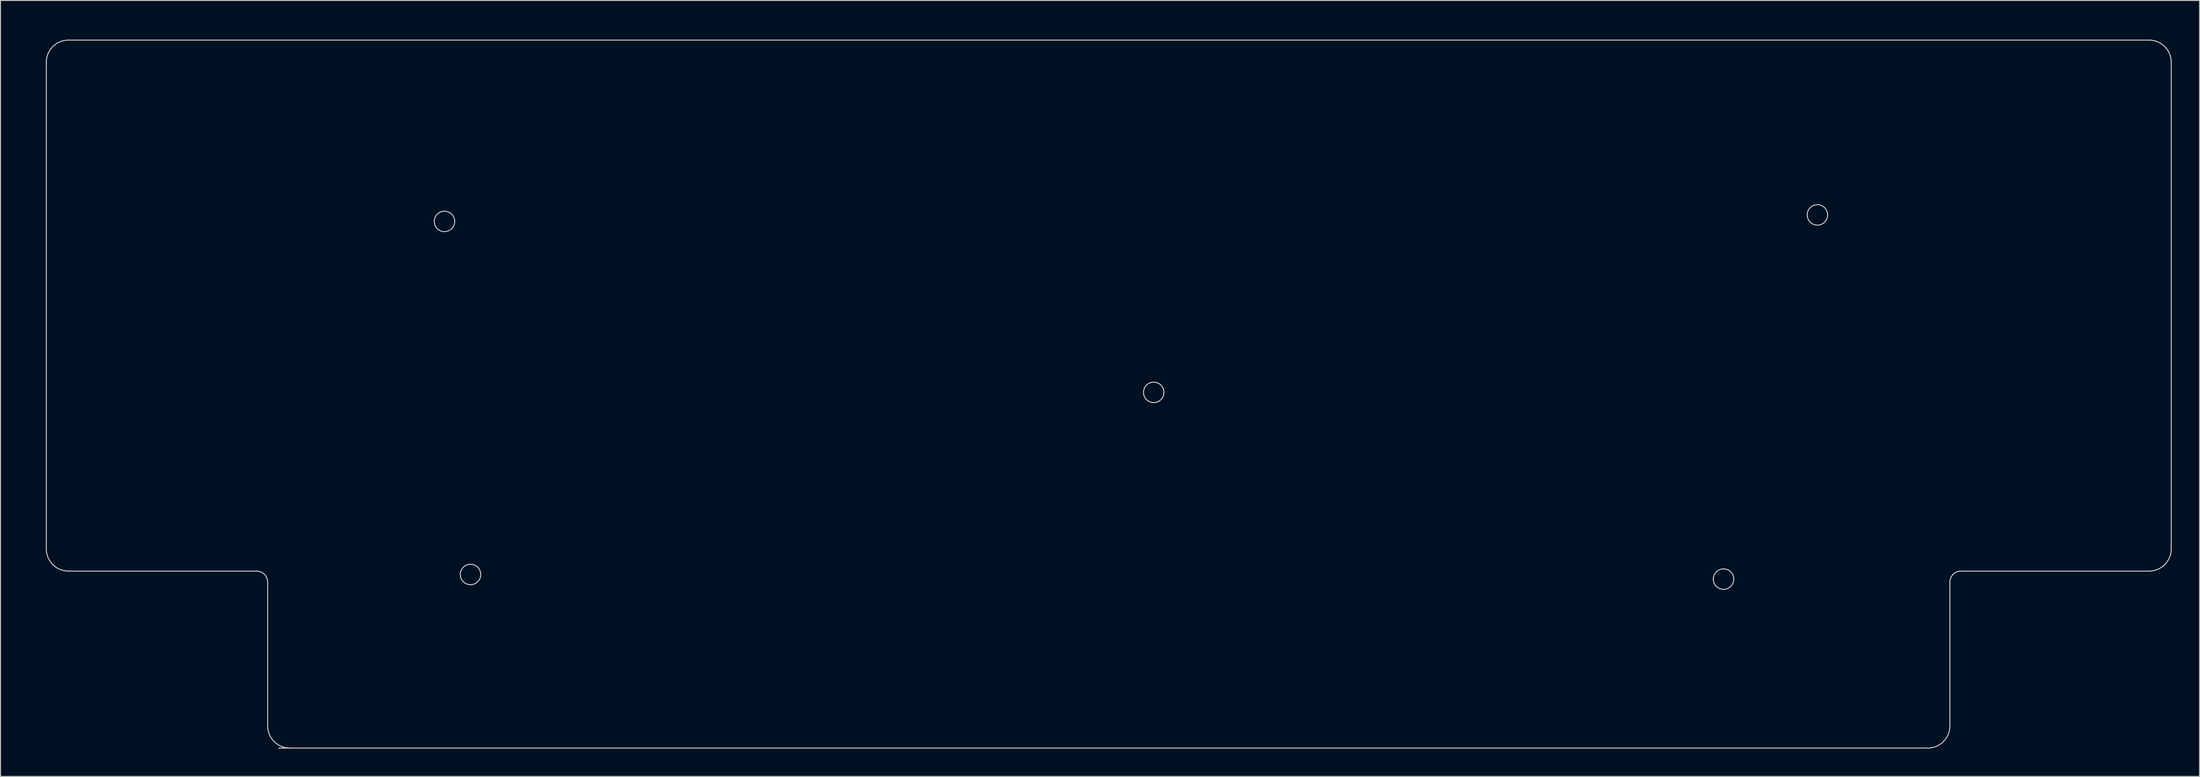
<source format=kicad_pcb>
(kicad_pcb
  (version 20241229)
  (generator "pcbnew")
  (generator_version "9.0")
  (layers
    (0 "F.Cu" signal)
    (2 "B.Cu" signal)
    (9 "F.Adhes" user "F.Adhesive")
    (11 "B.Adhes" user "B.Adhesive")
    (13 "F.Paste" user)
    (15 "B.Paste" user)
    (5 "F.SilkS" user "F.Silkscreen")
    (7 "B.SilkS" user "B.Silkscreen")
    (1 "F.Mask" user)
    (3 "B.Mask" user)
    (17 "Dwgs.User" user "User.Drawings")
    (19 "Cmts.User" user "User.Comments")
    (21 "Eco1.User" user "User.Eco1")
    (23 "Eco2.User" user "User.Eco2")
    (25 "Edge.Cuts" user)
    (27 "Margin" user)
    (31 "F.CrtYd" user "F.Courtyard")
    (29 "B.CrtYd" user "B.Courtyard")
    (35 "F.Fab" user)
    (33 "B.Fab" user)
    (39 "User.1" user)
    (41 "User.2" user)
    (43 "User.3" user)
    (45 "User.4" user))
  (footprint "m0ii040_PCB_Template_v1.0.1"
    (layer "F.Cu")
    (at 11.458 10.791)
    (property "Reference" "m0ii040_PCB_Template_v1.0.1" (at 0 -2.381 0) (unlocked yes) (layer "User.1") (effects (font (size 1 1) (thickness 0.15))))
    (fp_line (start -9.525 -7.144) (end -9.525 45.244) (stroke (width 0.1) (type solid)) (layer "Edge.Cuts"))
    (fp_line (start -7.144 47.625) (end 13.097 47.625) (stroke (width 0.1) (type solid)) (layer "Edge.Cuts"))
    (fp_line (start 14.287 48.816) (end 14.287 64.294) (stroke (width 0.1) (type solid)) (layer "Edge.Cuts"))
    (fp_line (start 15.478 66.675) (end 192.881 66.675) (stroke (width 0.1) (type solid)) (layer "Edge.Cuts"))
    (fp_line (start 195.262 64.294) (end 195.262 48.816) (stroke (width 0.1) (type solid)) (layer "Edge.Cuts"))
    (fp_line (start 196.453 47.625) (end 216.694 47.625) (stroke (width 0.1) (type solid)) (layer "Edge.Cuts"))
    (fp_line (start 216.694 -9.525) (end -7.144 -9.525) (stroke (width 0.1) (type solid)) (layer "Edge.Cuts"))
    (fp_line (start 219.075 45.244) (end 219.075 -7.144) (stroke (width 0.1) (type solid)) (layer "Edge.Cuts"))
    (fp_arc (start -9.525 -7.14375) (mid -8.827548 -8.827548) (end -7.14375 -9.525) (stroke (width 0.1) (type solid)) (layer "Edge.Cuts"))
    (fp_arc (start -7.14375 47.625) (mid -8.827548 46.927548) (end -9.525 45.24375) (stroke (width 0.1) (type solid)) (layer "Edge.Cuts"))
    (fp_arc (start 13.096875 47.625) (mid 13.938781 47.973719) (end 14.2875 48.815625) (stroke (width 0.1) (type solid)) (layer "Edge.Cuts"))
    (fp_arc (start 16.66875 66.675) (mid 14.984952 65.977548) (end 14.2875 64.29375) (stroke (width 0.1) (type solid)) (layer "Edge.Cuts"))
    (fp_arc (start 195.2625 48.815625) (mid 195.611219 47.973719) (end 196.453125 47.625) (stroke (width 0.1) (type solid)) (layer "Edge.Cuts"))
    (fp_arc (start 195.2625 64.29375) (mid 194.565033 65.977533) (end 192.88125 66.675) (stroke (width 0.1) (type solid)) (layer "Edge.Cuts"))
    (fp_arc (start 216.69375 -9.525) (mid 218.377533 -8.827533) (end 219.075 -7.14375) (stroke (width 0.1) (type solid)) (layer "Edge.Cuts"))
    (fp_arc (start 219.075 45.24375) (mid 218.377533 46.927533) (end 216.69375 47.625) (stroke (width 0.1) (type solid)) (layer "Edge.Cuts"))
    (fp_circle (center 33.31 9.99) (end 34.41 9.99) (stroke (width 0.1) (type solid)) (fill no) (layer "Edge.Cuts"))
    (fp_circle (center 36.11 47.99) (end 37.21 47.99) (stroke (width 0.1) (type solid)) (fill no) (layer "Edge.Cuts"))
    (fp_circle (center 109.61 28.39) (end 110.71 28.39) (stroke (width 0.1) (type solid)) (fill no) (layer "Edge.Cuts"))
    (fp_circle (center 170.91 48.49) (end 172.01 48.49) (stroke (width 0.1) (type solid)) (fill no) (layer "Edge.Cuts"))
    (fp_circle (center 181.01 9.29) (end 182.11 9.29) (stroke (width 0.1) (type solid)) (fill no) (layer "Edge.Cuts"))
    (fp_line (start 9.525 -10.716) (end 5.953 -10.716) (stroke (width 0.15) (type solid)) (layer "User.1"))
    (fp_line (start 9.525 -10.716) (end 13.169 -10.716) (stroke (width 0.15) (type solid)) (layer "User.1"))
    (fp_line (start 9.525 -4.763) (end 9.525 -10.716) (stroke (width 0.15) (type solid)) (layer "User.1"))
    (fp_circle (center 0 0) (end 1.191 0) (stroke (width 0.15) (type solid)) (fill no) (layer "User.1")))
  (gr_rect
    (start -3 -3)
    (end 233.583 80.516)
    (stroke (width 0.1) (type default))
    (fill no)
    (layer "Edge.Cuts")))
</source>
